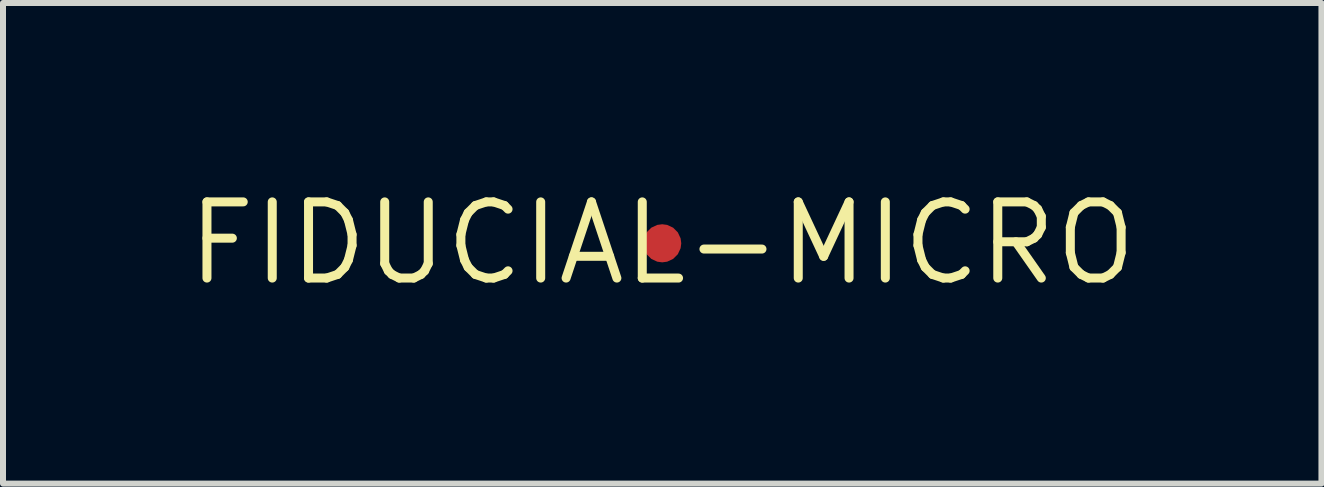
<source format=kicad_pcb>
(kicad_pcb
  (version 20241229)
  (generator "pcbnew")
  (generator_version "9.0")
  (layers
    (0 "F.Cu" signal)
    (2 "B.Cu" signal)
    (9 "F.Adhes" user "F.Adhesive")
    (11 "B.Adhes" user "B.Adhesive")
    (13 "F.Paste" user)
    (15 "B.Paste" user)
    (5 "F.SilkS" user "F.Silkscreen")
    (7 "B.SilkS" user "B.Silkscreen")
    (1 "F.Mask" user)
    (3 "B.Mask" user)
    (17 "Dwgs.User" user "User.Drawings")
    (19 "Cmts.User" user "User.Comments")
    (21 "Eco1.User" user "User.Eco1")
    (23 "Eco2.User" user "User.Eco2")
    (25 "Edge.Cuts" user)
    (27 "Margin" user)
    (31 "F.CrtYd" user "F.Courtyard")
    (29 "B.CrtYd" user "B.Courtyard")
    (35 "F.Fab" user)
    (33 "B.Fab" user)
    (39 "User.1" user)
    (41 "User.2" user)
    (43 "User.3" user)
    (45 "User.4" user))
  (footprint "FIDUCIAL-MICRO"
    (layer "F.Cu")
    (at 7.99 1.006)
    (property "Reference" "FIDUCIAL-MICRO" (at 0 0 0) (layer "F.SilkS") (effects (font (size 1.27 1.27) (thickness 0.15))))
    (pad "1" smd roundrect (at 0 0) (size 0.635 0.635) (layers "F.Cu" "F.Mask") (roundrect_rratio 0.5)))
  (gr_rect
    (start -3 -3)
    (end 18.98 5.012)
    (stroke (width 0.1) (type default))
    (fill no)
    (layer "Edge.Cuts")))
</source>
